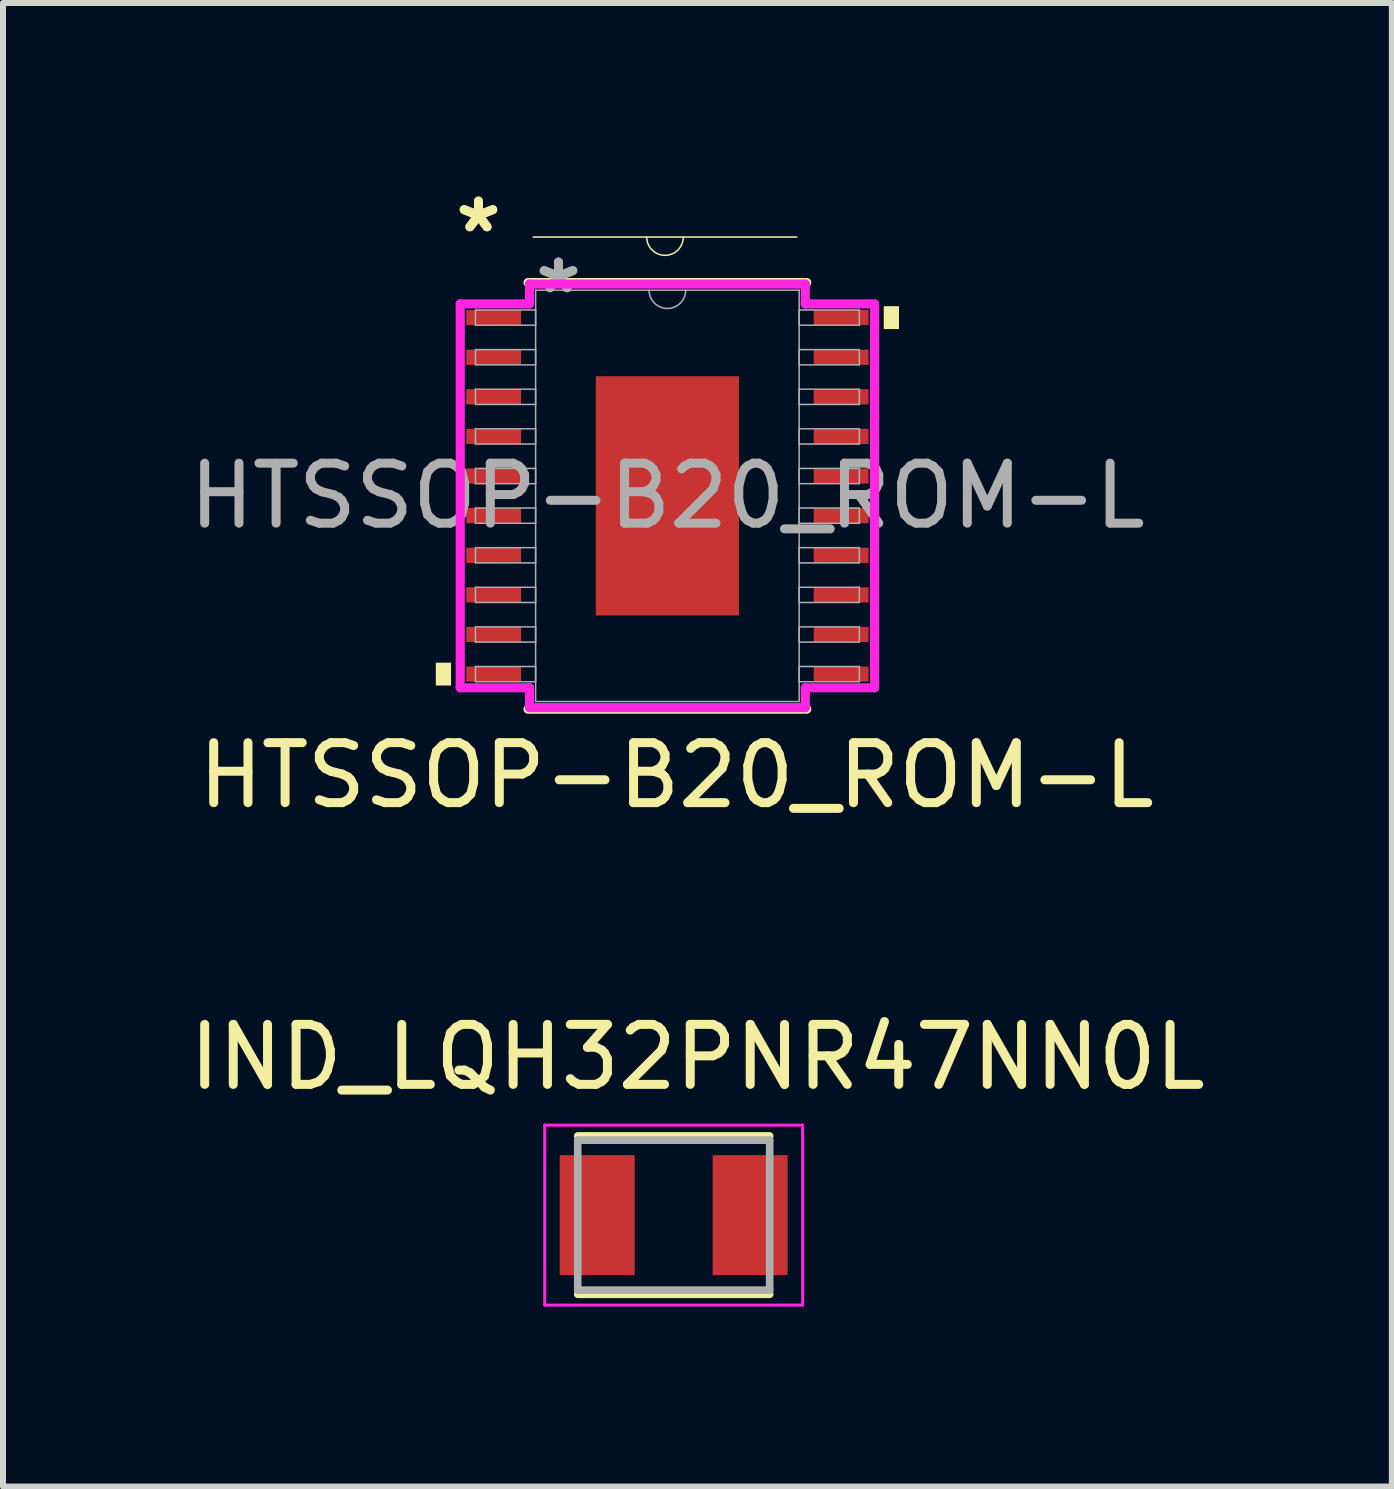
<source format=kicad_pcb>
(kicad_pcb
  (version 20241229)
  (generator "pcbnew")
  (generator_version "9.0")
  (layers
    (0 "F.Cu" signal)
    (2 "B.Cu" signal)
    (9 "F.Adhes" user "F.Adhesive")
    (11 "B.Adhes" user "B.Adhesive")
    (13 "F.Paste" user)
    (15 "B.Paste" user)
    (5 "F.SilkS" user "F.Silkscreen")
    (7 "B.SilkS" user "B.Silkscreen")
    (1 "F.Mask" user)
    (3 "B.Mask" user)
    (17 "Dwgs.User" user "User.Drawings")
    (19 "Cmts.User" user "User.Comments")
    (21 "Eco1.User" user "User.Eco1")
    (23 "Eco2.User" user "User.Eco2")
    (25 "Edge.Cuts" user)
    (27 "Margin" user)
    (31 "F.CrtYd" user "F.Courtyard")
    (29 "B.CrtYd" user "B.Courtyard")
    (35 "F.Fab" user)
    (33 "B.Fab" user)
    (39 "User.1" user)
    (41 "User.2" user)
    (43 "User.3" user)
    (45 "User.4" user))
  (footprint "HTSSOP-B20_ROM-L"
    (layer "F.Cu")
    (at 8.077 5.217)
    (property "Reference" "HTSSOP-B20_ROM-L" (at 0.15 4.66 0) (unlocked yes) (layer "F.SilkS") (effects (font (size 1 1) (thickness 0.15))))
    (attr smd)
    (fp_line (start -2.324 3.556) (end 2.324 3.556) (stroke (width 0.152) (type solid)) (layer "F.SilkS"))
    (fp_line (start 2.157 -4.315) (end -2.237 -4.315) (stroke (width 0.025) (type solid)) (layer "F.SilkS"))
    (fp_line (start 2.324 -3.556) (end -2.324 -3.556) (stroke (width 0.152) (type solid)) (layer "F.SilkS"))
    (fp_arc (start 0.2648 -4.3148) (mid -0.04 -4.01) (end -0.3448 -4.3148) (stroke (width 0.0254) (type solid)) (layer "F.SilkS"))
    (fp_poly (pts (xy -3.861 2.781) (xy -3.861 3.162) (xy -3.607 3.162) (xy -3.607 2.781)) (stroke (width 0) (type solid)) (fill yes) (layer "F.SilkS"))
    (fp_poly (pts (xy 3.861 -3.162) (xy 3.861 -2.781) (xy 3.607 -2.781) (xy 3.607 -3.162)) (stroke (width 0) (type solid)) (fill yes) (layer "F.SilkS"))
    (fp_poly (pts (xy -1.094 -1.894) (xy -1.094 -0.765) (xy 1.094 -0.765) (xy 1.094 -1.894)) (stroke (width 0) (type solid)) (fill yes) (layer "F.Paste"))
    (fp_poly (pts (xy -1.094 -0.565) (xy -1.094 0.565) (xy 1.094 0.565) (xy 1.094 -0.565)) (stroke (width 0) (type solid)) (fill yes) (layer "F.Paste"))
    (fp_poly (pts (xy -1.094 0.765) (xy -1.094 1.894) (xy 1.094 1.894) (xy 1.094 0.765)) (stroke (width 0) (type solid)) (fill yes) (layer "F.Paste"))
    (fp_line (start -3.454 -3.2) (end -2.299 -3.2) (stroke (width 0.152) (type solid)) (layer "F.CrtYd"))
    (fp_line (start -3.454 3.2) (end -3.454 -3.2) (stroke (width 0.152) (type solid)) (layer "F.CrtYd"))
    (fp_line (start -3.454 3.2) (end -2.299 3.2) (stroke (width 0.152) (type solid)) (layer "F.CrtYd"))
    (fp_line (start -2.299 -3.531) (end 2.299 -3.531) (stroke (width 0.152) (type solid)) (layer "F.CrtYd"))
    (fp_line (start -2.299 -3.2) (end -2.299 -3.531) (stroke (width 0.152) (type solid)) (layer "F.CrtYd"))
    (fp_line (start -2.299 3.531) (end -2.299 3.2) (stroke (width 0.152) (type solid)) (layer "F.CrtYd"))
    (fp_line (start 2.299 -3.531) (end 2.299 -3.2) (stroke (width 0.152) (type solid)) (layer "F.CrtYd"))
    (fp_line (start 2.299 3.2) (end 2.299 3.531) (stroke (width 0.152) (type solid)) (layer "F.CrtYd"))
    (fp_line (start 2.299 3.531) (end -2.299 3.531) (stroke (width 0.152) (type solid)) (layer "F.CrtYd"))
    (fp_line (start 3.454 -3.2) (end 2.299 -3.2) (stroke (width 0.152) (type solid)) (layer "F.CrtYd"))
    (fp_line (start 3.454 -3.2) (end 3.454 3.2) (stroke (width 0.152) (type solid)) (layer "F.CrtYd"))
    (fp_line (start 3.454 3.2) (end 2.299 3.2) (stroke (width 0.152) (type solid)) (layer "F.CrtYd"))
    (fp_line (start -3.2 -3.099) (end -3.2 -2.845) (stroke (width 0.025) (type solid)) (layer "F.Fab"))
    (fp_line (start -3.2 -2.845) (end -2.197 -2.845) (stroke (width 0.025) (type solid)) (layer "F.Fab"))
    (fp_line (start -3.2 -2.438) (end -3.2 -2.184) (stroke (width 0.025) (type solid)) (layer "F.Fab"))
    (fp_line (start -3.2 -2.184) (end -2.197 -2.184) (stroke (width 0.025) (type solid)) (layer "F.Fab"))
    (fp_line (start -3.2 -1.778) (end -3.2 -1.524) (stroke (width 0.025) (type solid)) (layer "F.Fab"))
    (fp_line (start -3.2 -1.524) (end -2.197 -1.524) (stroke (width 0.025) (type solid)) (layer "F.Fab"))
    (fp_line (start -3.2 -1.118) (end -3.2 -0.864) (stroke (width 0.025) (type solid)) (layer "F.Fab"))
    (fp_line (start -3.2 -0.864) (end -2.197 -0.864) (stroke (width 0.025) (type solid)) (layer "F.Fab"))
    (fp_line (start -3.2 -0.457) (end -3.2 -0.203) (stroke (width 0.025) (type solid)) (layer "F.Fab"))
    (fp_line (start -3.2 -0.203) (end -2.197 -0.203) (stroke (width 0.025) (type solid)) (layer "F.Fab"))
    (fp_line (start -3.2 0.203) (end -3.2 0.457) (stroke (width 0.025) (type solid)) (layer "F.Fab"))
    (fp_line (start -3.2 0.457) (end -2.197 0.457) (stroke (width 0.025) (type solid)) (layer "F.Fab"))
    (fp_line (start -3.2 0.864) (end -3.2 1.118) (stroke (width 0.025) (type solid)) (layer "F.Fab"))
    (fp_line (start -3.2 1.118) (end -2.197 1.118) (stroke (width 0.025) (type solid)) (layer "F.Fab"))
    (fp_line (start -3.2 1.524) (end -3.2 1.778) (stroke (width 0.025) (type solid)) (layer "F.Fab"))
    (fp_line (start -3.2 1.778) (end -2.197 1.778) (stroke (width 0.025) (type solid)) (layer "F.Fab"))
    (fp_line (start -3.2 2.184) (end -3.2 2.438) (stroke (width 0.025) (type solid)) (layer "F.Fab"))
    (fp_line (start -3.2 2.438) (end -2.197 2.438) (stroke (width 0.025) (type solid)) (layer "F.Fab"))
    (fp_line (start -3.2 2.845) (end -3.2 3.099) (stroke (width 0.025) (type solid)) (layer "F.Fab"))
    (fp_line (start -3.2 3.099) (end -2.197 3.099) (stroke (width 0.025) (type solid)) (layer "F.Fab"))
    (fp_line (start -2.197 -3.429) (end -2.197 3.429) (stroke (width 0.025) (type solid)) (layer "F.Fab"))
    (fp_line (start -2.197 -3.099) (end -3.2 -3.099) (stroke (width 0.025) (type solid)) (layer "F.Fab"))
    (fp_line (start -2.197 -2.845) (end -2.197 -3.099) (stroke (width 0.025) (type solid)) (layer "F.Fab"))
    (fp_line (start -2.197 -2.438) (end -3.2 -2.438) (stroke (width 0.025) (type solid)) (layer "F.Fab"))
    (fp_line (start -2.197 -2.184) (end -2.197 -2.438) (stroke (width 0.025) (type solid)) (layer "F.Fab"))
    (fp_line (start -2.197 -1.778) (end -3.2 -1.778) (stroke (width 0.025) (type solid)) (layer "F.Fab"))
    (fp_line (start -2.197 -1.524) (end -2.197 -1.778) (stroke (width 0.025) (type solid)) (layer "F.Fab"))
    (fp_line (start -2.197 -1.118) (end -3.2 -1.118) (stroke (width 0.025) (type solid)) (layer "F.Fab"))
    (fp_line (start -2.197 -0.864) (end -2.197 -1.118) (stroke (width 0.025) (type solid)) (layer "F.Fab"))
    (fp_line (start -2.197 -0.457) (end -3.2 -0.457) (stroke (width 0.025) (type solid)) (layer "F.Fab"))
    (fp_line (start -2.197 -0.203) (end -2.197 -0.457) (stroke (width 0.025) (type solid)) (layer "F.Fab"))
    (fp_line (start -2.197 0.203) (end -3.2 0.203) (stroke (width 0.025) (type solid)) (layer "F.Fab"))
    (fp_line (start -2.197 0.457) (end -2.197 0.203) (stroke (width 0.025) (type solid)) (layer "F.Fab"))
    (fp_line (start -2.197 0.864) (end -3.2 0.864) (stroke (width 0.025) (type solid)) (layer "F.Fab"))
    (fp_line (start -2.197 1.118) (end -2.197 0.864) (stroke (width 0.025) (type solid)) (layer "F.Fab"))
    (fp_line (start -2.197 1.524) (end -3.2 1.524) (stroke (width 0.025) (type solid)) (layer "F.Fab"))
    (fp_line (start -2.197 1.778) (end -2.197 1.524) (stroke (width 0.025) (type solid)) (layer "F.Fab"))
    (fp_line (start -2.197 2.184) (end -3.2 2.184) (stroke (width 0.025) (type solid)) (layer "F.Fab"))
    (fp_line (start -2.197 2.438) (end -2.197 2.184) (stroke (width 0.025) (type solid)) (layer "F.Fab"))
    (fp_line (start -2.197 2.845) (end -3.2 2.845) (stroke (width 0.025) (type solid)) (layer "F.Fab"))
    (fp_line (start -2.197 3.099) (end -2.197 2.845) (stroke (width 0.025) (type solid)) (layer "F.Fab"))
    (fp_line (start -2.197 3.429) (end 2.197 3.429) (stroke (width 0.025) (type solid)) (layer "F.Fab"))
    (fp_line (start 2.197 -3.429) (end -2.197 -3.429) (stroke (width 0.025) (type solid)) (layer "F.Fab"))
    (fp_line (start 2.197 -3.099) (end 2.197 -2.845) (stroke (width 0.025) (type solid)) (layer "F.Fab"))
    (fp_line (start 2.197 -2.845) (end 3.2 -2.845) (stroke (width 0.025) (type solid)) (layer "F.Fab"))
    (fp_line (start 2.197 -2.438) (end 2.197 -2.184) (stroke (width 0.025) (type solid)) (layer "F.Fab"))
    (fp_line (start 2.197 -2.184) (end 3.2 -2.184) (stroke (width 0.025) (type solid)) (layer "F.Fab"))
    (fp_line (start 2.197 -1.778) (end 2.197 -1.524) (stroke (width 0.025) (type solid)) (layer "F.Fab"))
    (fp_line (start 2.197 -1.524) (end 3.2 -1.524) (stroke (width 0.025) (type solid)) (layer "F.Fab"))
    (fp_line (start 2.197 -1.118) (end 2.197 -0.864) (stroke (width 0.025) (type solid)) (layer "F.Fab"))
    (fp_line (start 2.197 -0.864) (end 3.2 -0.864) (stroke (width 0.025) (type solid)) (layer "F.Fab"))
    (fp_line (start 2.197 -0.457) (end 2.197 -0.203) (stroke (width 0.025) (type solid)) (layer "F.Fab"))
    (fp_line (start 2.197 -0.203) (end 3.2 -0.203) (stroke (width 0.025) (type solid)) (layer "F.Fab"))
    (fp_line (start 2.197 0.203) (end 2.197 0.457) (stroke (width 0.025) (type solid)) (layer "F.Fab"))
    (fp_line (start 2.197 0.457) (end 3.2 0.457) (stroke (width 0.025) (type solid)) (layer "F.Fab"))
    (fp_line (start 2.197 0.864) (end 2.197 1.118) (stroke (width 0.025) (type solid)) (layer "F.Fab"))
    (fp_line (start 2.197 1.118) (end 3.2 1.118) (stroke (width 0.025) (type solid)) (layer "F.Fab"))
    (fp_line (start 2.197 1.524) (end 2.197 1.778) (stroke (width 0.025) (type solid)) (layer "F.Fab"))
    (fp_line (start 2.197 1.778) (end 3.2 1.778) (stroke (width 0.025) (type solid)) (layer "F.Fab"))
    (fp_line (start 2.197 2.184) (end 2.197 2.438) (stroke (width 0.025) (type solid)) (layer "F.Fab"))
    (fp_line (start 2.197 2.438) (end 3.2 2.438) (stroke (width 0.025) (type solid)) (layer "F.Fab"))
    (fp_line (start 2.197 2.845) (end 2.197 3.099) (stroke (width 0.025) (type solid)) (layer "F.Fab"))
    (fp_line (start 2.197 3.099) (end 3.2 3.099) (stroke (width 0.025) (type solid)) (layer "F.Fab"))
    (fp_line (start 2.197 3.429) (end 2.197 -3.429) (stroke (width 0.025) (type solid)) (layer "F.Fab"))
    (fp_line (start 3.2 -3.099) (end 2.197 -3.099) (stroke (width 0.025) (type solid)) (layer "F.Fab"))
    (fp_line (start 3.2 -2.845) (end 3.2 -3.099) (stroke (width 0.025) (type solid)) (layer "F.Fab"))
    (fp_line (start 3.2 -2.438) (end 2.197 -2.438) (stroke (width 0.025) (type solid)) (layer "F.Fab"))
    (fp_line (start 3.2 -2.184) (end 3.2 -2.438) (stroke (width 0.025) (type solid)) (layer "F.Fab"))
    (fp_line (start 3.2 -1.778) (end 2.197 -1.778) (stroke (width 0.025) (type solid)) (layer "F.Fab"))
    (fp_line (start 3.2 -1.524) (end 3.2 -1.778) (stroke (width 0.025) (type solid)) (layer "F.Fab"))
    (fp_line (start 3.2 -1.118) (end 2.197 -1.118) (stroke (width 0.025) (type solid)) (layer "F.Fab"))
    (fp_line (start 3.2 -0.864) (end 3.2 -1.118) (stroke (width 0.025) (type solid)) (layer "F.Fab"))
    (fp_line (start 3.2 -0.457) (end 2.197 -0.457) (stroke (width 0.025) (type solid)) (layer "F.Fab"))
    (fp_line (start 3.2 -0.203) (end 3.2 -0.457) (stroke (width 0.025) (type solid)) (layer "F.Fab"))
    (fp_line (start 3.2 0.203) (end 2.197 0.203) (stroke (width 0.025) (type solid)) (layer "F.Fab"))
    (fp_line (start 3.2 0.457) (end 3.2 0.203) (stroke (width 0.025) (type solid)) (layer "F.Fab"))
    (fp_line (start 3.2 0.864) (end 2.197 0.864) (stroke (width 0.025) (type solid)) (layer "F.Fab"))
    (fp_line (start 3.2 1.118) (end 3.2 0.864) (stroke (width 0.025) (type solid)) (layer "F.Fab"))
    (fp_line (start 3.2 1.524) (end 2.197 1.524) (stroke (width 0.025) (type solid)) (layer "F.Fab"))
    (fp_line (start 3.2 1.778) (end 3.2 1.524) (stroke (width 0.025) (type solid)) (layer "F.Fab"))
    (fp_line (start 3.2 2.184) (end 2.197 2.184) (stroke (width 0.025) (type solid)) (layer "F.Fab"))
    (fp_line (start 3.2 2.438) (end 3.2 2.184) (stroke (width 0.025) (type solid)) (layer "F.Fab"))
    (fp_line (start 3.2 2.845) (end 2.197 2.845) (stroke (width 0.025) (type solid)) (layer "F.Fab"))
    (fp_line (start 3.2 3.099) (end 3.2 2.845) (stroke (width 0.025) (type solid)) (layer "F.Fab"))
    (fp_arc (start 0.3048 -3.429) (mid 0 -3.1242) (end -0.3048 -3.429) (stroke (width 0.0254) (type solid)) (layer "F.Fab"))
    (fp_text user "*" (at -3.15 -4.369 0) (unlocked yes) (layer "F.SilkS") (effects (font (size 1 1) (thickness 0.15))))
    (fp_text user "*" (at -3.15 -4.369 0) (layer "F.SilkS") (effects (font (size 1 1) (thickness 0.15))))
    (fp_text user "*" (at -1.816 -3.353 0) (unlocked yes) (layer "F.Fab") (effects (font (size 1 1) (thickness 0.15))))
    (fp_text user "${REFERENCE}" (at 0 0 0) (unlocked yes) (layer "F.Fab") (effects (font (size 1 1) (thickness 0.15))))
    (fp_text user "*" (at -1.816 -3.353 0) (layer "F.Fab") (effects (font (size 1 1) (thickness 0.15))))
    (pad "1" smd rect (at -2.896 -2.972) (size 0.914 0.254) (layers "F.Cu" "F.Mask" "F.Paste"))
    (pad "2" smd rect (at -2.896 -2.311) (size 0.914 0.254) (layers "F.Cu" "F.Mask" "F.Paste"))
    (pad "3" smd rect (at -2.896 -1.651) (size 0.914 0.254) (layers "F.Cu" "F.Mask" "F.Paste"))
    (pad "4" smd rect (at -2.896 -0.991) (size 0.914 0.254) (layers "F.Cu" "F.Mask" "F.Paste"))
    (pad "5" smd rect (at -2.896 -0.33) (size 0.914 0.254) (layers "F.Cu" "F.Mask" "F.Paste"))
    (pad "6" smd rect (at -2.896 0.33) (size 0.914 0.254) (layers "F.Cu" "F.Mask" "F.Paste"))
    (pad "7" smd rect (at -2.896 0.991) (size 0.914 0.254) (layers "F.Cu" "F.Mask" "F.Paste"))
    (pad "8" smd rect (at -2.896 1.651) (size 0.914 0.254) (layers "F.Cu" "F.Mask" "F.Paste"))
    (pad "9" smd rect (at -2.896 2.311) (size 0.914 0.254) (layers "F.Cu" "F.Mask" "F.Paste"))
    (pad "10" smd rect (at -2.896 2.972) (size 0.914 0.254) (layers "F.Cu" "F.Mask" "F.Paste"))
    (pad "11" smd rect (at 2.896 2.972) (size 0.914 0.254) (layers "F.Cu" "F.Mask" "F.Paste"))
    (pad "12" smd rect (at 2.896 2.311) (size 0.914 0.254) (layers "F.Cu" "F.Mask" "F.Paste"))
    (pad "13" smd rect (at 2.896 1.651) (size 0.914 0.254) (layers "F.Cu" "F.Mask" "F.Paste"))
    (pad "14" smd rect (at 2.896 0.991) (size 0.914 0.254) (layers "F.Cu" "F.Mask" "F.Paste"))
    (pad "15" smd rect (at 2.896 0.33) (size 0.914 0.254) (layers "F.Cu" "F.Mask" "F.Paste"))
    (pad "16" smd rect (at 2.896 -0.33) (size 0.914 0.254) (layers "F.Cu" "F.Mask" "F.Paste"))
    (pad "17" smd rect (at 2.896 -0.991) (size 0.914 0.254) (layers "F.Cu" "F.Mask" "F.Paste"))
    (pad "18" smd rect (at 2.896 -1.651) (size 0.914 0.254) (layers "F.Cu" "F.Mask" "F.Paste"))
    (pad "19" smd rect (at 2.896 -2.311) (size 0.914 0.254) (layers "F.Cu" "F.Mask" "F.Paste"))
    (pad "20" smd rect (at 2.896 -2.972) (size 0.914 0.254) (layers "F.Cu" "F.Mask" "F.Paste"))
    (pad "EPAD" smd rect (at 0 0) (size 2.388 3.988) (layers "F.Cu" "F.Mask")))
  (footprint "IND_LQH32PNR47NN0L"
    (layer "F.Cu")
    (at 8.182 17.209)
    (property "Reference" "IND_LQH32PNR47NN0L" (at 0.395 -2.635 0) (layer "F.SilkS") (effects (font (size 1 1) (thickness 0.15))))
    (attr smd)
    (fp_line (start -1.6 -1.32) (end 1.6 -1.32) (stroke (width 0.127) (type solid)) (layer "F.SilkS"))
    (fp_line (start -1.6 1.32) (end 1.6 1.32) (stroke (width 0.127) (type solid)) (layer "F.SilkS"))
    (fp_line (start -2.15 -1.5) (end 2.15 -1.5) (stroke (width 0.05) (type solid)) (layer "F.CrtYd"))
    (fp_line (start -2.15 1.5) (end -2.15 -1.5) (stroke (width 0.05) (type solid)) (layer "F.CrtYd"))
    (fp_line (start 2.15 -1.5) (end 2.15 1.5) (stroke (width 0.05) (type solid)) (layer "F.CrtYd"))
    (fp_line (start 2.15 1.5) (end -2.15 1.5) (stroke (width 0.05) (type solid)) (layer "F.CrtYd"))
    (fp_line (start -1.6 -1.25) (end 1.6 -1.25) (stroke (width 0.127) (type solid)) (layer "F.Fab"))
    (fp_line (start -1.6 1.25) (end -1.6 -1.25) (stroke (width 0.127) (type solid)) (layer "F.Fab"))
    (fp_line (start 1.6 -1.25) (end 1.6 1.25) (stroke (width 0.127) (type solid)) (layer "F.Fab"))
    (fp_line (start 1.6 1.25) (end -1.6 1.25) (stroke (width 0.127) (type solid)) (layer "F.Fab"))
    (pad "1" smd rect (at -1.275 0) (size 1.25 2) (layers "F.Cu" "F.Mask" "F.Paste"))
    (pad "2" smd rect (at 1.275 0) (size 1.25 2) (layers "F.Cu" "F.Mask" "F.Paste")))
  (gr_rect
    (start -3 -3)
    (end 20.155 21.734)
    (stroke (width 0.1) (type default))
    (fill no)
    (layer "Edge.Cuts")))
</source>
